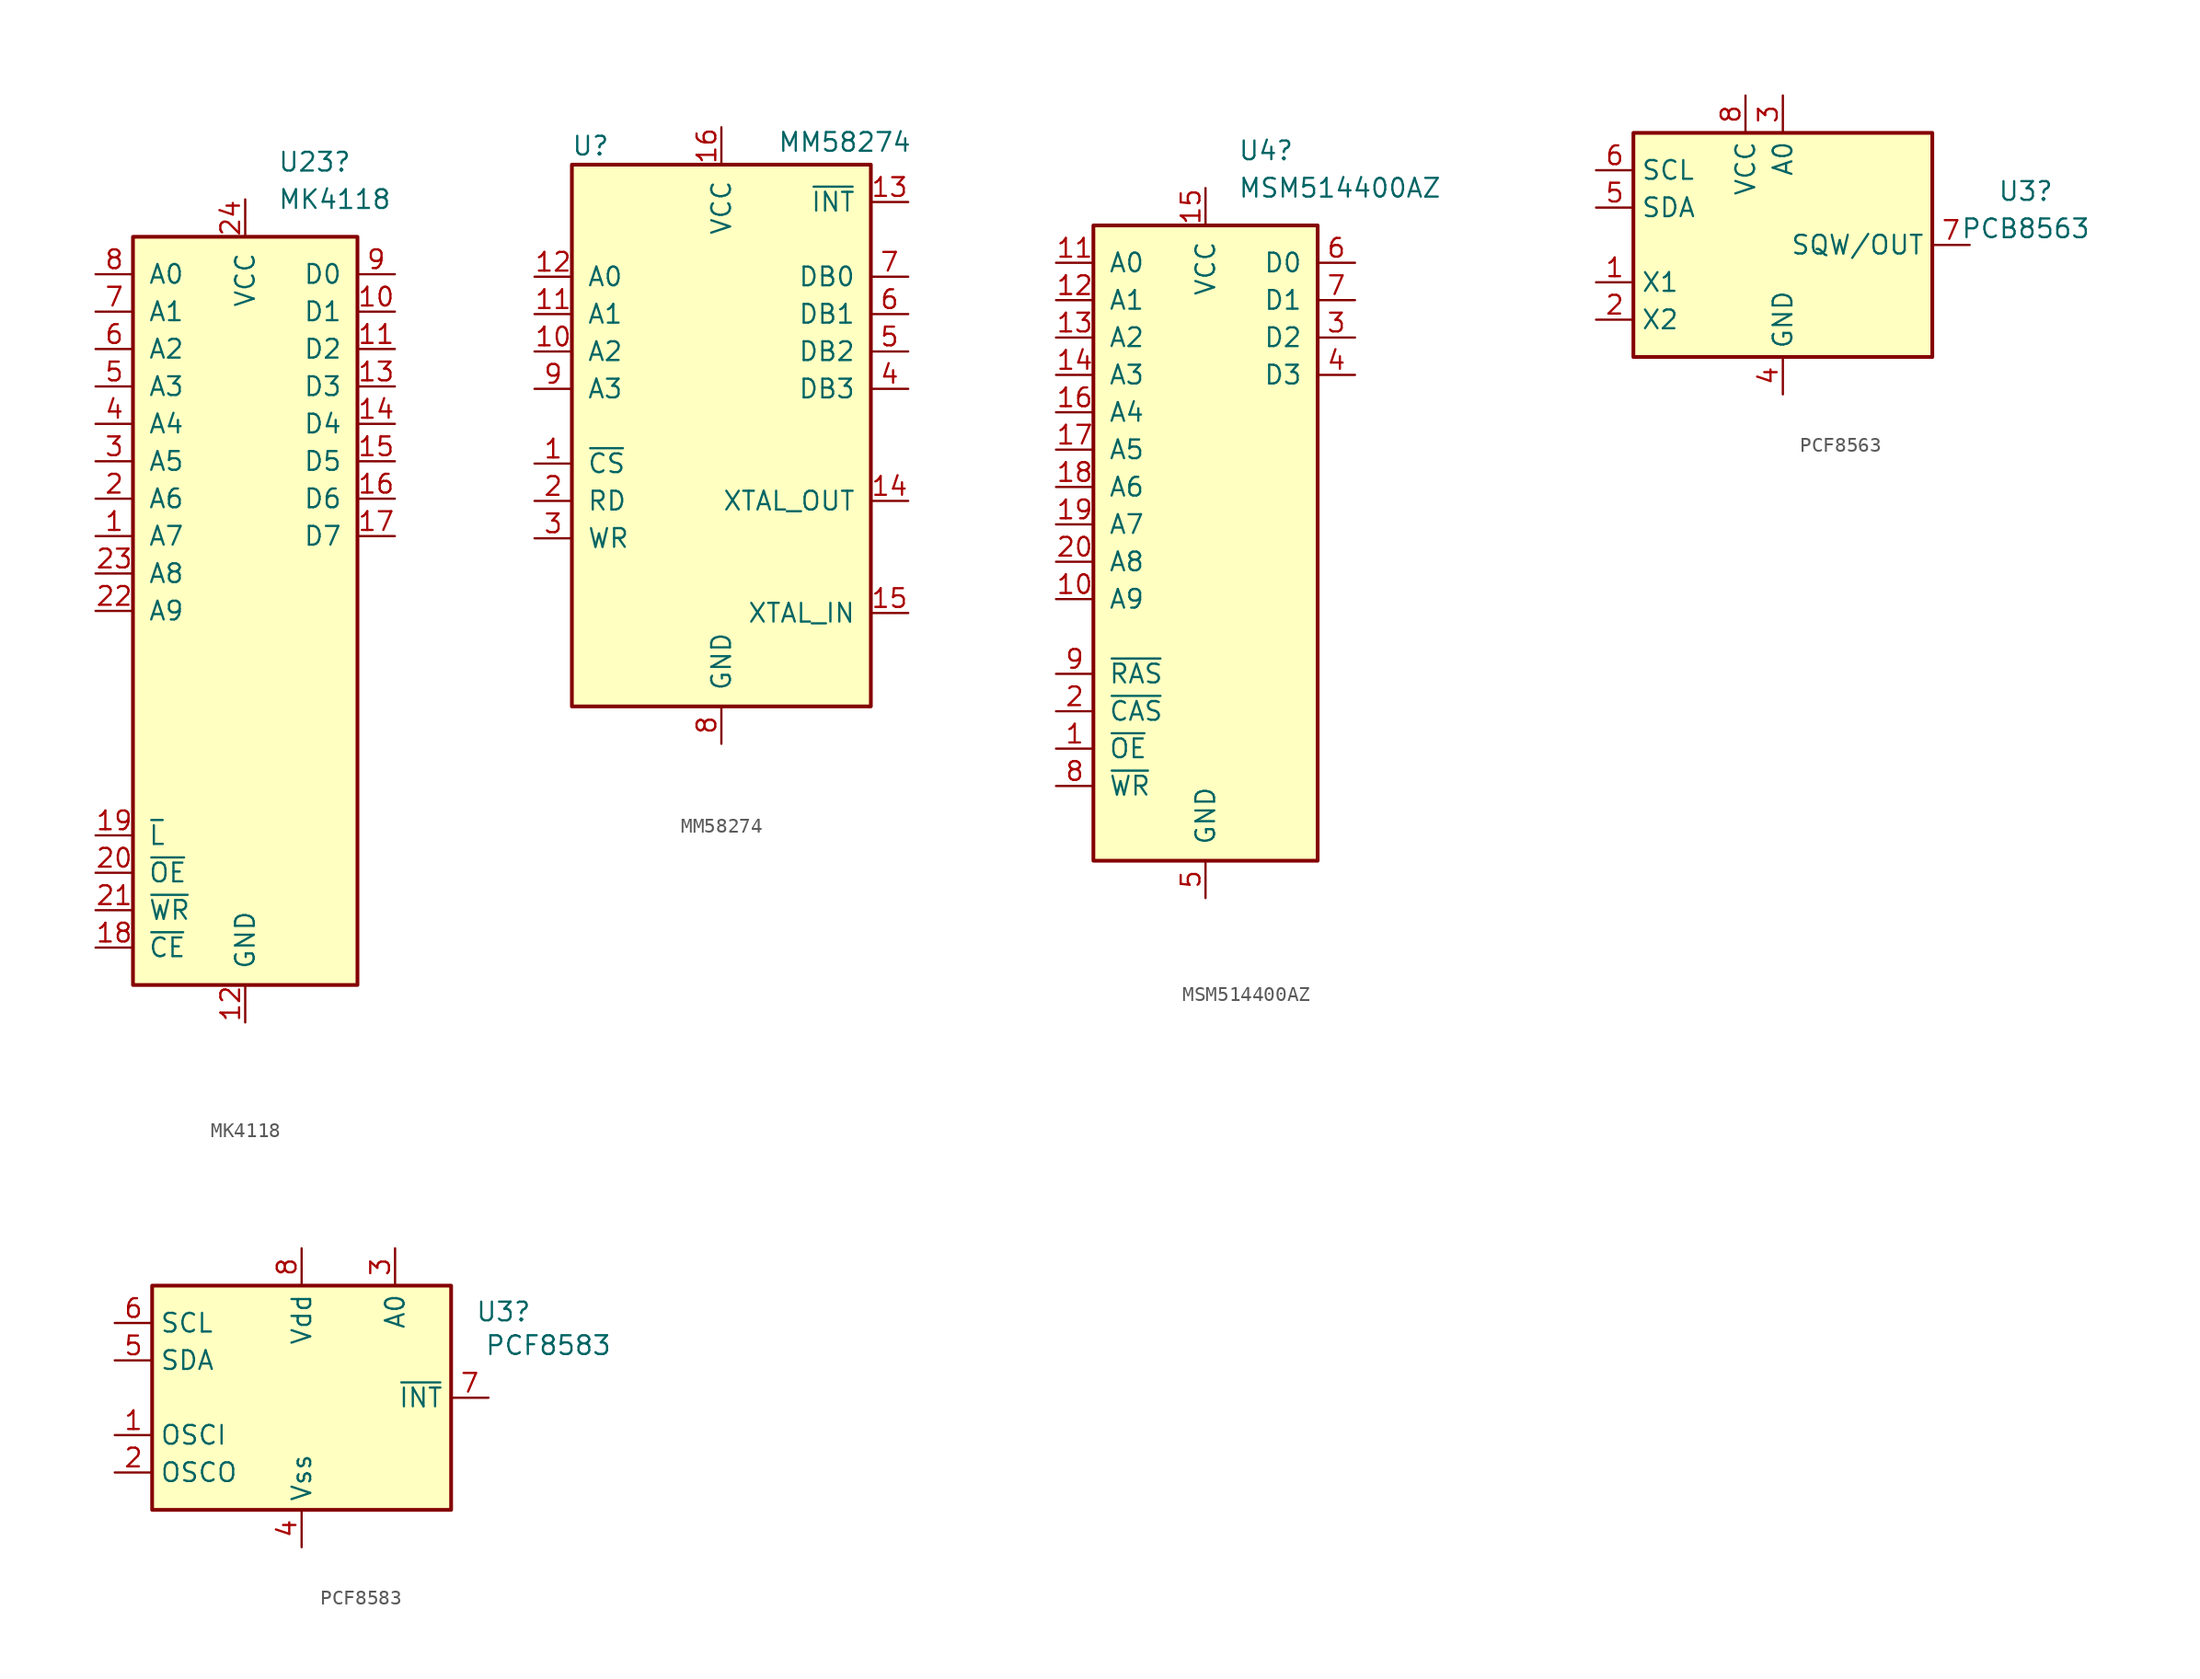
<source format=kicad_sym>
(kicad_symbol_lib
  (version 20241209)
  (generator "kicad_symbol_editor")
  (generator_version "9.0")
  (symbol "MK4118"
    (pin_names
      (offset 1.016))
    (property "Reference" "U23"
      (at 2.194 30.48 0)
      (effects (font (size 1.27 1.27)) (justify left)))
    (property "Value" "MK4118"
      (at 2.194 27.94 0)
      (effects (font (size 1.27 1.27)) (justify left)))
    (symbol "MK4118_1_1"
      (rectangle (start -7.62 25.4) (end 7.62 -25.4) (stroke (width 0.254) (type default)) (fill (type background)))
      (pin input line (at -10.16 22.86 0) (length 2.54) (name "A0" (effects (font (size 1.27 1.27)))) (number "8" (effects (font (size 1.27 1.27)))))
      (pin input line (at -10.16 20.32 0) (length 2.54) (name "A1" (effects (font (size 1.27 1.27)))) (number "7" (effects (font (size 1.27 1.27)))))
      (pin input line (at -10.16 17.78 0) (length 2.54) (name "A2" (effects (font (size 1.27 1.27)))) (number "6" (effects (font (size 1.27 1.27)))))
      (pin input line (at -10.16 15.24 0) (length 2.54) (name "A3" (effects (font (size 1.27 1.27)))) (number "5" (effects (font (size 1.27 1.27)))))
      (pin input line (at -10.16 12.7 0) (length 2.54) (name "A4" (effects (font (size 1.27 1.27)))) (number "4" (effects (font (size 1.27 1.27)))))
      (pin input line (at -10.16 10.16 0) (length 2.54) (name "A5" (effects (font (size 1.27 1.27)))) (number "3" (effects (font (size 1.27 1.27)))))
      (pin input line (at -10.16 7.62 0) (length 2.54) (name "A6" (effects (font (size 1.27 1.27)))) (number "2" (effects (font (size 1.27 1.27)))))
      (pin input line (at -10.16 5.08 0) (length 2.54) (name "A7" (effects (font (size 1.27 1.27)))) (number "1" (effects (font (size 1.27 1.27)))))
      (pin input line (at -10.16 2.54 0) (length 2.54) (name "A8" (effects (font (size 1.27 1.27)))) (number "23" (effects (font (size 1.27 1.27)))))
      (pin input line (at -10.16 0 0) (length 2.54) (name "A9" (effects (font (size 1.27 1.27)))) (number "22" (effects (font (size 1.27 1.27)))))
      (pin input line (at -10.16 -15.24 0) (length 2.54) (name "~{L}" (effects (font (size 1.27 1.27)))) (number "19" (effects (font (size 1.27 1.27)))))
      (pin input line (at -10.16 -17.78 0) (length 2.54) (name "~{OE}" (effects (font (size 1.27 1.27)))) (number "20" (effects (font (size 1.27 1.27)))))
      (pin input line (at -10.16 -20.32 0) (length 2.54) (name "~{WR}" (effects (font (size 1.27 1.27)))) (number "21" (effects (font (size 1.27 1.27)))))
      (pin input line (at -10.16 -22.86 0) (length 2.54) (name "~{CE}" (effects (font (size 1.27 1.27)))) (number "18" (effects (font (size 1.27 1.27)))))
      (pin power_in line (at 0 27.94 270) (length 2.54) (name "VCC" (effects (font (size 1.27 1.27)))) (number "24" (effects (font (size 1.27 1.27)))))
      (pin power_in line (at 0 -27.94 90) (length 2.54) (name "GND" (effects (font (size 1.27 1.27)))) (number "12" (effects (font (size 1.27 1.27)))))
      (pin tri_state line (at 10.16 22.86 180) (length 2.54) (name "D0" (effects (font (size 1.27 1.27)))) (number "9" (effects (font (size 1.27 1.27)))))
      (pin tri_state line (at 10.16 20.32 180) (length 2.54) (name "D1" (effects (font (size 1.27 1.27)))) (number "10" (effects (font (size 1.27 1.27)))))
      (pin tri_state line (at 10.16 17.78 180) (length 2.54) (name "D2" (effects (font (size 1.27 1.27)))) (number "11" (effects (font (size 1.27 1.27)))))
      (pin tri_state line (at 10.16 15.24 180) (length 2.54) (name "D3" (effects (font (size 1.27 1.27)))) (number "13" (effects (font (size 1.27 1.27)))))
      (pin tri_state line (at 10.16 12.7 180) (length 2.54) (name "D4" (effects (font (size 1.27 1.27)))) (number "14" (effects (font (size 1.27 1.27)))))
      (pin tri_state line (at 10.16 10.16 180) (length 2.54) (name "D5" (effects (font (size 1.27 1.27)))) (number "15" (effects (font (size 1.27 1.27)))))
      (pin tri_state line (at 10.16 7.62 180) (length 2.54) (name "D6" (effects (font (size 1.27 1.27)))) (number "16" (effects (font (size 1.27 1.27)))))
      (pin tri_state line (at 10.16 5.08 180) (length 2.54) (name "D7" (effects (font (size 1.27 1.27)))) (number "17" (effects (font (size 1.27 1.27)))))))
  (symbol "MM58274"
    (pin_names
      (offset 1.016))
    (property "Reference" "U"
      (at -8.89 19.05 0)
      (effects (font (size 1.27 1.27))))
    (property "Value" "MM58274"
      (at 8.382 19.304 0)
      (effects (font (size 1.27 1.27))))
    (symbol "MM58274_0_1"
      (rectangle (start -10.16 17.78) (end 10.16 -19.05) (stroke (width 0.254) (type default)) (fill (type background))))
    (symbol "MM58274_1_1"
      (pin input line (at -12.7 10.16 0) (length 2.54) (name "A0" (effects (font (size 1.27 1.27)))) (number "12" (effects (font (size 1.27 1.27)))))
      (pin input line (at -12.7 7.62 0) (length 2.54) (name "A1" (effects (font (size 1.27 1.27)))) (number "11" (effects (font (size 1.27 1.27)))))
      (pin input line (at -12.7 5.08 0) (length 2.54) (name "A2" (effects (font (size 1.27 1.27)))) (number "10" (effects (font (size 1.27 1.27)))))
      (pin input line (at -12.7 2.54 0) (length 2.54) (name "A3" (effects (font (size 1.27 1.27)))) (number "9" (effects (font (size 1.27 1.27)))))
      (pin input line (at -12.7 -2.54 0) (length 2.54) (name "~{CS}" (effects (font (size 1.27 1.27)))) (number "1" (effects (font (size 1.27 1.27)))))
      (pin input line (at -12.7 -5.08 0) (length 2.54) (name "RD" (effects (font (size 1.27 1.27)))) (number "2" (effects (font (size 1.27 1.27)))))
      (pin input line (at -12.7 -7.62 0) (length 2.54) (name "WR" (effects (font (size 1.27 1.27)))) (number "3" (effects (font (size 1.27 1.27)))))
      (pin power_in line (at 0 20.32 270) (length 2.54) (name "VCC" (effects (font (size 1.27 1.27)))) (number "16" (effects (font (size 1.27 1.27)))))
      (pin power_in line (at 0 -21.59 90) (length 2.54) (name "GND" (effects (font (size 1.27 1.27)))) (number "8" (effects (font (size 1.27 1.27)))))
      (pin input line (at 12.7 15.24 180) (length 2.54) (name "~{INT}" (effects (font (size 1.27 1.27)))) (number "13" (effects (font (size 1.27 1.27)))))
      (pin tri_state line (at 12.7 10.16 180) (length 2.54) (name "DB0" (effects (font (size 1.27 1.27)))) (number "7" (effects (font (size 1.27 1.27)))))
      (pin tri_state line (at 12.7 7.62 180) (length 2.54) (name "DB1" (effects (font (size 1.27 1.27)))) (number "6" (effects (font (size 1.27 1.27)))))
      (pin tri_state line (at 12.7 5.08 180) (length 2.54) (name "DB2" (effects (font (size 1.27 1.27)))) (number "5" (effects (font (size 1.27 1.27)))))
      (pin tri_state line (at 12.7 2.54 180) (length 2.54) (name "DB3" (effects (font (size 1.27 1.27)))) (number "4" (effects (font (size 1.27 1.27)))))
      (pin input line (at 12.7 -5.08 180) (length 2.54) (name "XTAL_OUT" (effects (font (size 1.27 1.27)))) (number "14" (effects (font (size 1.27 1.27)))))
      (pin input line (at 12.7 -12.7 180) (length 2.54) (name "XTAL_IN" (effects (font (size 1.27 1.27)))) (number "15" (effects (font (size 1.27 1.27)))))))
  (symbol "MSM514400AZ"
    (pin_names
      (offset 1.016))
    (property "Reference" "U4"
      (at 2.194 30.48 0)
      (effects (font (size 1.27 1.27)) (justify left)))
    (property "Value" "MSM514400AZ"
      (at 2.194 27.94 0)
      (effects (font (size 1.27 1.27)) (justify left)))
    (symbol "MSM514400AZ_1_0"
      (pin tri_state line (at 10.16 17.78 180) (length 2.54) (name "D2" (effects (font (size 1.27 1.27)))) (number "3" (effects (font (size 1.27 1.27))))))
    (symbol "MSM514400AZ_1_1"
      (rectangle (start -7.62 25.4) (end 7.62 -17.78) (stroke (width 0.254) (type default)) (fill (type background)))
      (pin input line (at -10.16 22.86 0) (length 2.54) (name "A0" (effects (font (size 1.27 1.27)))) (number "11" (effects (font (size 1.27 1.27)))))
      (pin input line (at -10.16 20.32 0) (length 2.54) (name "A1" (effects (font (size 1.27 1.27)))) (number "12" (effects (font (size 1.27 1.27)))))
      (pin input line (at -10.16 17.78 0) (length 2.54) (name "A2" (effects (font (size 1.27 1.27)))) (number "13" (effects (font (size 1.27 1.27)))))
      (pin input line (at -10.16 15.24 0) (length 2.54) (name "A3" (effects (font (size 1.27 1.27)))) (number "14" (effects (font (size 1.27 1.27)))))
      (pin input line (at -10.16 12.7 0) (length 2.54) (name "A4" (effects (font (size 1.27 1.27)))) (number "16" (effects (font (size 1.27 1.27)))))
      (pin input line (at -10.16 10.16 0) (length 2.54) (name "A5" (effects (font (size 1.27 1.27)))) (number "17" (effects (font (size 1.27 1.27)))))
      (pin input line (at -10.16 7.62 0) (length 2.54) (name "A6" (effects (font (size 1.27 1.27)))) (number "18" (effects (font (size 1.27 1.27)))))
      (pin input line (at -10.16 5.08 0) (length 2.54) (name "A7" (effects (font (size 1.27 1.27)))) (number "19" (effects (font (size 1.27 1.27)))))
      (pin input line (at -10.16 2.54 0) (length 2.54) (name "A8" (effects (font (size 1.27 1.27)))) (number "20" (effects (font (size 1.27 1.27)))))
      (pin input line (at -10.16 0 0) (length 2.54) (name "A9" (effects (font (size 1.27 1.27)))) (number "10" (effects (font (size 1.27 1.27)))))
      (pin input line (at -10.16 -5.08 0) (length 2.54) (name "~{RAS}" (effects (font (size 1.27 1.27)))) (number "9" (effects (font (size 1.27 1.27)))))
      (pin input line (at -10.16 -7.62 0) (length 2.54) (name "~{CAS}" (effects (font (size 1.27 1.27)))) (number "2" (effects (font (size 1.27 1.27)))))
      (pin input line (at -10.16 -10.16 0) (length 2.54) (name "~{OE}" (effects (font (size 1.27 1.27)))) (number "1" (effects (font (size 1.27 1.27)))))
      (pin input line (at -10.16 -12.7 0) (length 2.54) (name "~{WR}" (effects (font (size 1.27 1.27)))) (number "8" (effects (font (size 1.27 1.27)))))
      (pin power_in line (at 0 27.94 270) (length 2.54) (name "VCC" (effects (font (size 1.27 1.27)))) (number "15" (effects (font (size 1.27 1.27)))))
      (pin power_in line (at 0 -20.32 90) (length 2.54) (name "GND" (effects (font (size 1.27 1.27)))) (number "5" (effects (font (size 1.27 1.27)))))
      (pin tri_state line (at 10.16 22.86 180) (length 2.54) (name "D0" (effects (font (size 1.27 1.27)))) (number "6" (effects (font (size 1.27 1.27)))))
      (pin tri_state line (at 10.16 20.32 180) (length 2.54) (name "D1" (effects (font (size 1.27 1.27)))) (number "7" (effects (font (size 1.27 1.27)))))
      (pin tri_state line (at 10.16 15.24 180) (length 2.54) (name "D3" (effects (font (size 1.27 1.27)))) (number "4" (effects (font (size 1.27 1.27)))))))
  (symbol "PCF8563"
    (property "Reference" "U3"
      (at 16.51 3.648 0)
      (effects (font (size 1.27 1.27))))
    (property "Value" "PCB8563"
      (at 16.51 1.108 0)
      (effects (font (size 1.27 1.27))))
    (symbol "PCF8563_0_1"
      (rectangle (start -10.16 7.62) (end 10.16 -7.62) (stroke (width 0.254) (type default)) (fill (type background))))
    (symbol "PCF8563_1_1"
      (pin input line (at -12.7 5.08 0) (length 2.54) (name "SCL" (effects (font (size 1.27 1.27)))) (number "6" (effects (font (size 1.27 1.27)))))
      (pin bidirectional line (at -12.7 2.54 0) (length 2.54) (name "SDA" (effects (font (size 1.27 1.27)))) (number "5" (effects (font (size 1.27 1.27)))))
      (pin input line (at -12.7 -2.54 0) (length 2.54) (name "X1" (effects (font (size 1.27 1.27)))) (number "1" (effects (font (size 1.27 1.27)))))
      (pin input line (at -12.7 -5.08 0) (length 2.54) (name "X2" (effects (font (size 1.27 1.27)))) (number "2" (effects (font (size 1.27 1.27)))))
      (pin power_in line (at -2.54 10.16 270) (length 2.54) (name "VCC" (effects (font (size 1.27 1.27)))) (number "8" (effects (font (size 1.27 1.27)))))
      (pin power_in line (at 0 10.16 270) (length 2.54) (name "A0" (effects (font (size 1.27 1.27)))) (number "3" (effects (font (size 1.27 1.27)))))
      (pin power_in line (at 0 -10.16 90) (length 2.54) (name "GND" (effects (font (size 1.27 1.27)))) (number "4" (effects (font (size 1.27 1.27)))))
      (pin open_collector line (at 12.7 0 180) (length 2.54) (name "SQW/OUT" (effects (font (size 1.27 1.27)))) (number "7" (effects (font (size 1.27 1.27)))))))
  (symbol "PCF8583"
    (property "Reference" "U3"
      (at 13.716 5.842 0)
      (effects (font (size 1.27 1.27))))
    (property "Value" "PCF8583"
      (at 16.764 3.556 0)
      (effects (font (size 1.27 1.27))))
    (symbol "PCF8583_0_1"
      (rectangle (start -10.16 7.62) (end 10.16 -7.62) (stroke (width 0.254) (type default)) (fill (type background))))
    (symbol "PCF8583_1_1"
      (pin input line (at -12.7 5.08 0) (length 2.54) (name "SCL" (effects (font (size 1.27 1.27)))) (number "6" (effects (font (size 1.27 1.27)))))
      (pin bidirectional line (at -12.7 2.54 0) (length 2.54) (name "SDA" (effects (font (size 1.27 1.27)))) (number "5" (effects (font (size 1.27 1.27)))))
      (pin input line (at -12.7 -2.54 0) (length 2.54) (name "OSCI" (effects (font (size 1.27 1.27)))) (number "1" (effects (font (size 1.27 1.27)))))
      (pin input line (at -12.7 -5.08 0) (length 2.54) (name "OSCO" (effects (font (size 1.27 1.27)))) (number "2" (effects (font (size 1.27 1.27)))))
      (pin power_in line (at 0 10.16 270) (length 2.54) (name "Vdd" (effects (font (size 1.27 1.27)))) (number "8" (effects (font (size 1.27 1.27)))))
      (pin power_in line (at 0 -10.16 90) (length 2.54) (name "Vss" (effects (font (size 1.27 1.27)))) (number "4" (effects (font (size 1.27 1.27)))))
      (pin input line (at 6.35 10.16 270) (length 2.54) (name "A0" (effects (font (size 1.27 1.27)))) (number "3" (effects (font (size 1.27 1.27)))))
      (pin open_collector line (at 12.7 0 180) (length 2.54) (name "~{INT}" (effects (font (size 1.27 1.27)))) (number "7" (effects (font (size 1.27 1.27))))))))
</source>
